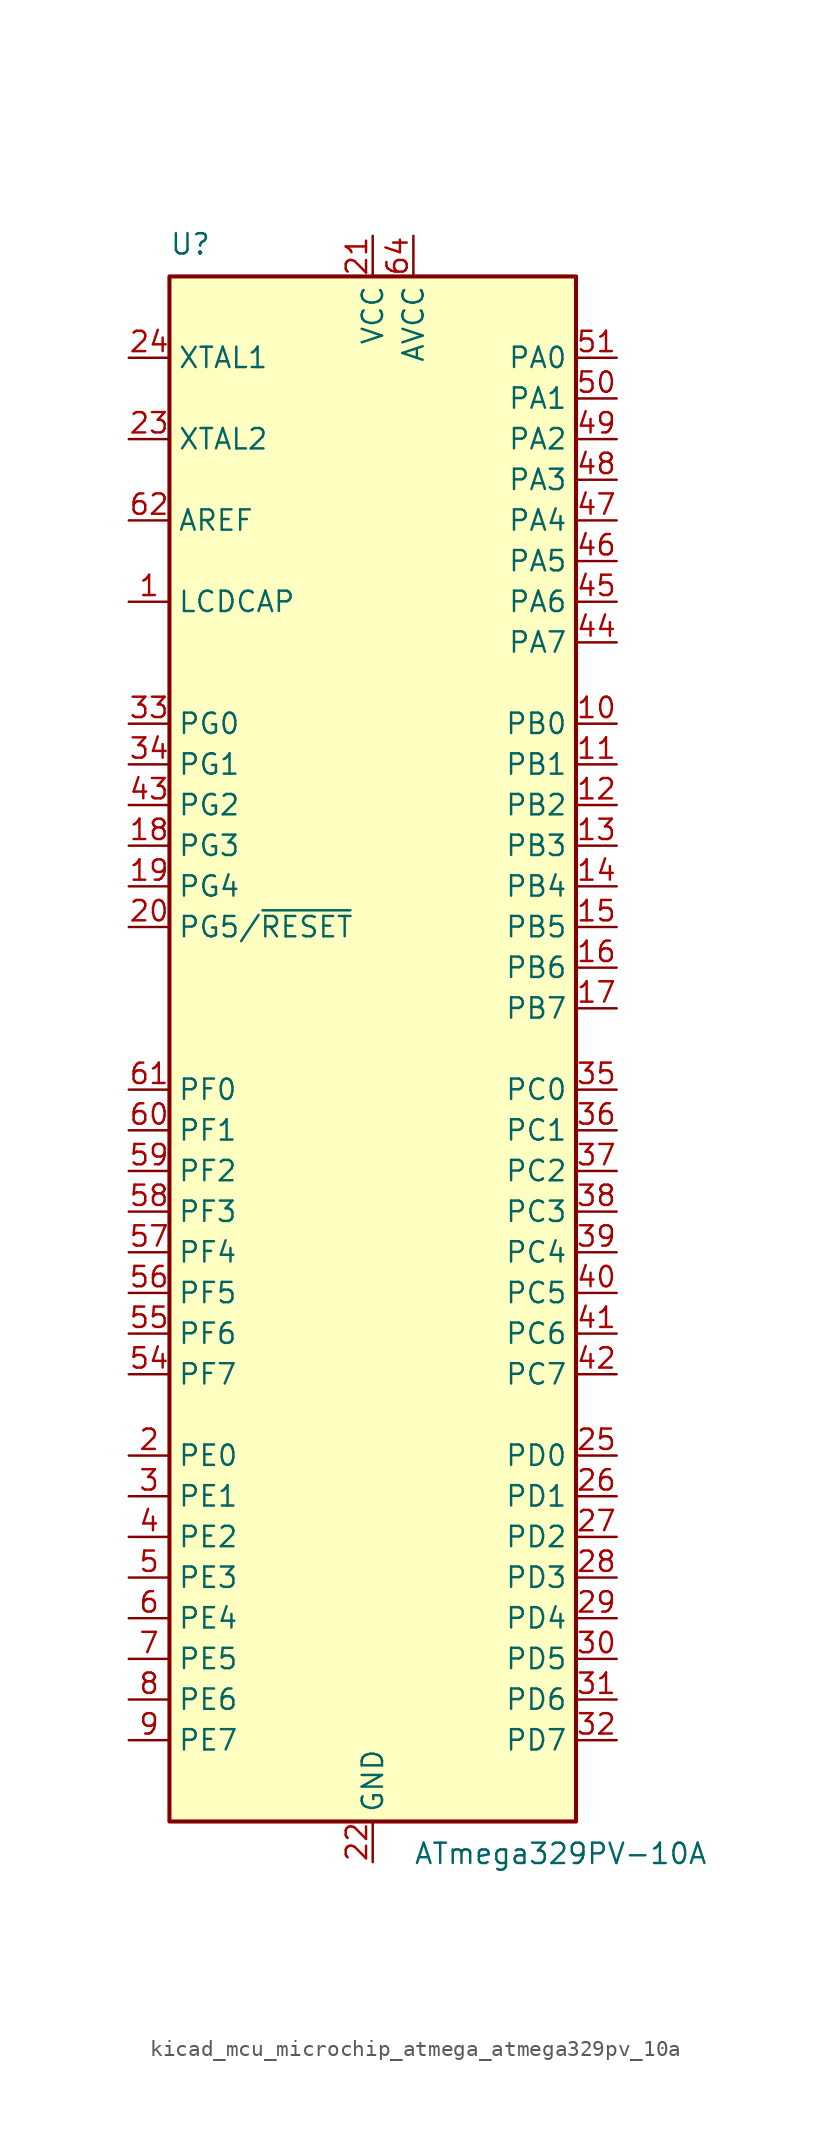
<source format=kicad_sym>
(kicad_symbol_lib
  (version 20220914)
  (generator kicad_symbol_editor)
  (symbol "kicad_mcu_microchip_atmega_atmega329pv_10a"
    (property "Reference" "U"
      (at -12.7 49.53 0)
      (effects (font (size 1.27 1.27)) (justify left bottom)))
    (property "Value" "ATmega329PV-10A"
      (at 2.54 -49.53 0)
      (effects (font (size 1.27 1.27)) (justify left top)))
    (symbol "kicad_mcu_microchip_atmega_atmega329pv_10a_0_1"
      (rectangle (start -12.7 -48.26) (end 12.7 48.26) (stroke (width 0.254) (type default)) (fill (type background))))
    (symbol "kicad_mcu_microchip_atmega_atmega329pv_10a_1_1"
      (pin passive line (at -15.24 27.94 0) (length 2.54) (name "LCDCAP" (effects (font (size 1.27 1.27)))) (number "1" (effects (font (size 1.27 1.27)))))
      (pin bidirectional line (at 15.24 20.32 180) (length 2.54) (name "PB0" (effects (font (size 1.27 1.27)))) (number "10" (effects (font (size 1.27 1.27)))))
      (pin bidirectional line (at 15.24 17.78 180) (length 2.54) (name "PB1" (effects (font (size 1.27 1.27)))) (number "11" (effects (font (size 1.27 1.27)))))
      (pin bidirectional line (at 15.24 15.24 180) (length 2.54) (name "PB2" (effects (font (size 1.27 1.27)))) (number "12" (effects (font (size 1.27 1.27)))))
      (pin bidirectional line (at 15.24 12.7 180) (length 2.54) (name "PB3" (effects (font (size 1.27 1.27)))) (number "13" (effects (font (size 1.27 1.27)))))
      (pin bidirectional line (at 15.24 10.16 180) (length 2.54) (name "PB4" (effects (font (size 1.27 1.27)))) (number "14" (effects (font (size 1.27 1.27)))))
      (pin bidirectional line (at 15.24 7.62 180) (length 2.54) (name "PB5" (effects (font (size 1.27 1.27)))) (number "15" (effects (font (size 1.27 1.27)))))
      (pin bidirectional line (at 15.24 5.08 180) (length 2.54) (name "PB6" (effects (font (size 1.27 1.27)))) (number "16" (effects (font (size 1.27 1.27)))))
      (pin bidirectional line (at 15.24 2.54 180) (length 2.54) (name "PB7" (effects (font (size 1.27 1.27)))) (number "17" (effects (font (size 1.27 1.27)))))
      (pin bidirectional line (at -15.24 12.7 0) (length 2.54) (name "PG3" (effects (font (size 1.27 1.27)))) (number "18" (effects (font (size 1.27 1.27)))))
      (pin bidirectional line (at -15.24 10.16 0) (length 2.54) (name "PG4" (effects (font (size 1.27 1.27)))) (number "19" (effects (font (size 1.27 1.27)))))
      (pin bidirectional line (at -15.24 -25.4 0) (length 2.54) (name "PE0" (effects (font (size 1.27 1.27)))) (number "2" (effects (font (size 1.27 1.27)))))
      (pin bidirectional line (at -15.24 7.62 0) (length 2.54) (name "PG5/~{RESET}" (effects (font (size 1.27 1.27)))) (number "20" (effects (font (size 1.27 1.27)))))
      (pin power_in line (at 0 50.8 270) (length 2.54) (name "VCC" (effects (font (size 1.27 1.27)))) (number "21" (effects (font (size 1.27 1.27)))))
      (pin power_in line (at 0 -50.8 90) (length 2.54) (name "GND" (effects (font (size 1.27 1.27)))) (number "22" (effects (font (size 1.27 1.27)))))
      (pin output line (at -15.24 38.1 0) (length 2.54) (name "XTAL2" (effects (font (size 1.27 1.27)))) (number "23" (effects (font (size 1.27 1.27)))))
      (pin input line (at -15.24 43.18 0) (length 2.54) (name "XTAL1" (effects (font (size 1.27 1.27)))) (number "24" (effects (font (size 1.27 1.27)))))
      (pin bidirectional line (at 15.24 -25.4 180) (length 2.54) (name "PD0" (effects (font (size 1.27 1.27)))) (number "25" (effects (font (size 1.27 1.27)))))
      (pin bidirectional line (at 15.24 -27.94 180) (length 2.54) (name "PD1" (effects (font (size 1.27 1.27)))) (number "26" (effects (font (size 1.27 1.27)))))
      (pin bidirectional line (at 15.24 -30.48 180) (length 2.54) (name "PD2" (effects (font (size 1.27 1.27)))) (number "27" (effects (font (size 1.27 1.27)))))
      (pin bidirectional line (at 15.24 -33.02 180) (length 2.54) (name "PD3" (effects (font (size 1.27 1.27)))) (number "28" (effects (font (size 1.27 1.27)))))
      (pin bidirectional line (at 15.24 -35.56 180) (length 2.54) (name "PD4" (effects (font (size 1.27 1.27)))) (number "29" (effects (font (size 1.27 1.27)))))
      (pin bidirectional line (at -15.24 -27.94 0) (length 2.54) (name "PE1" (effects (font (size 1.27 1.27)))) (number "3" (effects (font (size 1.27 1.27)))))
      (pin bidirectional line (at 15.24 -38.1 180) (length 2.54) (name "PD5" (effects (font (size 1.27 1.27)))) (number "30" (effects (font (size 1.27 1.27)))))
      (pin bidirectional line (at 15.24 -40.64 180) (length 2.54) (name "PD6" (effects (font (size 1.27 1.27)))) (number "31" (effects (font (size 1.27 1.27)))))
      (pin bidirectional line (at 15.24 -43.18 180) (length 2.54) (name "PD7" (effects (font (size 1.27 1.27)))) (number "32" (effects (font (size 1.27 1.27)))))
      (pin bidirectional line (at -15.24 20.32 0) (length 2.54) (name "PG0" (effects (font (size 1.27 1.27)))) (number "33" (effects (font (size 1.27 1.27)))))
      (pin bidirectional line (at -15.24 17.78 0) (length 2.54) (name "PG1" (effects (font (size 1.27 1.27)))) (number "34" (effects (font (size 1.27 1.27)))))
      (pin bidirectional line (at 15.24 -2.54 180) (length 2.54) (name "PC0" (effects (font (size 1.27 1.27)))) (number "35" (effects (font (size 1.27 1.27)))))
      (pin bidirectional line (at 15.24 -5.08 180) (length 2.54) (name "PC1" (effects (font (size 1.27 1.27)))) (number "36" (effects (font (size 1.27 1.27)))))
      (pin bidirectional line (at 15.24 -7.62 180) (length 2.54) (name "PC2" (effects (font (size 1.27 1.27)))) (number "37" (effects (font (size 1.27 1.27)))))
      (pin bidirectional line (at 15.24 -10.16 180) (length 2.54) (name "PC3" (effects (font (size 1.27 1.27)))) (number "38" (effects (font (size 1.27 1.27)))))
      (pin bidirectional line (at 15.24 -12.7 180) (length 2.54) (name "PC4" (effects (font (size 1.27 1.27)))) (number "39" (effects (font (size 1.27 1.27)))))
      (pin bidirectional line (at -15.24 -30.48 0) (length 2.54) (name "PE2" (effects (font (size 1.27 1.27)))) (number "4" (effects (font (size 1.27 1.27)))))
      (pin bidirectional line (at 15.24 -15.24 180) (length 2.54) (name "PC5" (effects (font (size 1.27 1.27)))) (number "40" (effects (font (size 1.27 1.27)))))
      (pin bidirectional line (at 15.24 -17.78 180) (length 2.54) (name "PC6" (effects (font (size 1.27 1.27)))) (number "41" (effects (font (size 1.27 1.27)))))
      (pin bidirectional line (at 15.24 -20.32 180) (length 2.54) (name "PC7" (effects (font (size 1.27 1.27)))) (number "42" (effects (font (size 1.27 1.27)))))
      (pin bidirectional line (at -15.24 15.24 0) (length 2.54) (name "PG2" (effects (font (size 1.27 1.27)))) (number "43" (effects (font (size 1.27 1.27)))))
      (pin bidirectional line (at 15.24 25.4 180) (length 2.54) (name "PA7" (effects (font (size 1.27 1.27)))) (number "44" (effects (font (size 1.27 1.27)))))
      (pin bidirectional line (at 15.24 27.94 180) (length 2.54) (name "PA6" (effects (font (size 1.27 1.27)))) (number "45" (effects (font (size 1.27 1.27)))))
      (pin bidirectional line (at 15.24 30.48 180) (length 2.54) (name "PA5" (effects (font (size 1.27 1.27)))) (number "46" (effects (font (size 1.27 1.27)))))
      (pin bidirectional line (at 15.24 33.02 180) (length 2.54) (name "PA4" (effects (font (size 1.27 1.27)))) (number "47" (effects (font (size 1.27 1.27)))))
      (pin bidirectional line (at 15.24 35.56 180) (length 2.54) (name "PA3" (effects (font (size 1.27 1.27)))) (number "48" (effects (font (size 1.27 1.27)))))
      (pin bidirectional line (at 15.24 38.1 180) (length 2.54) (name "PA2" (effects (font (size 1.27 1.27)))) (number "49" (effects (font (size 1.27 1.27)))))
      (pin bidirectional line (at -15.24 -33.02 0) (length 2.54) (name "PE3" (effects (font (size 1.27 1.27)))) (number "5" (effects (font (size 1.27 1.27)))))
      (pin bidirectional line (at 15.24 40.64 180) (length 2.54) (name "PA1" (effects (font (size 1.27 1.27)))) (number "50" (effects (font (size 1.27 1.27)))))
      (pin bidirectional line (at 15.24 43.18 180) (length 2.54) (name "PA0" (effects (font (size 1.27 1.27)))) (number "51" (effects (font (size 1.27 1.27)))))
      (pin passive line (at 0 50.8 270) (length 2.54) hide (name "VCC" (effects (font (size 1.27 1.27)))) (number "52" (effects (font (size 1.27 1.27)))))
      (pin passive line (at 0 -50.8 90) (length 2.54) hide (name "GND" (effects (font (size 1.27 1.27)))) (number "53" (effects (font (size 1.27 1.27)))))
      (pin bidirectional line (at -15.24 -20.32 0) (length 2.54) (name "PF7" (effects (font (size 1.27 1.27)))) (number "54" (effects (font (size 1.27 1.27)))))
      (pin bidirectional line (at -15.24 -17.78 0) (length 2.54) (name "PF6" (effects (font (size 1.27 1.27)))) (number "55" (effects (font (size 1.27 1.27)))))
      (pin bidirectional line (at -15.24 -15.24 0) (length 2.54) (name "PF5" (effects (font (size 1.27 1.27)))) (number "56" (effects (font (size 1.27 1.27)))))
      (pin bidirectional line (at -15.24 -12.7 0) (length 2.54) (name "PF4" (effects (font (size 1.27 1.27)))) (number "57" (effects (font (size 1.27 1.27)))))
      (pin bidirectional line (at -15.24 -10.16 0) (length 2.54) (name "PF3" (effects (font (size 1.27 1.27)))) (number "58" (effects (font (size 1.27 1.27)))))
      (pin bidirectional line (at -15.24 -7.62 0) (length 2.54) (name "PF2" (effects (font (size 1.27 1.27)))) (number "59" (effects (font (size 1.27 1.27)))))
      (pin bidirectional line (at -15.24 -35.56 0) (length 2.54) (name "PE4" (effects (font (size 1.27 1.27)))) (number "6" (effects (font (size 1.27 1.27)))))
      (pin bidirectional line (at -15.24 -5.08 0) (length 2.54) (name "PF1" (effects (font (size 1.27 1.27)))) (number "60" (effects (font (size 1.27 1.27)))))
      (pin bidirectional line (at -15.24 -2.54 0) (length 2.54) (name "PF0" (effects (font (size 1.27 1.27)))) (number "61" (effects (font (size 1.27 1.27)))))
      (pin passive line (at -15.24 33.02 0) (length 2.54) (name "AREF" (effects (font (size 1.27 1.27)))) (number "62" (effects (font (size 1.27 1.27)))))
      (pin passive line (at 0 -50.8 90) (length 2.54) hide (name "GND" (effects (font (size 1.27 1.27)))) (number "63" (effects (font (size 1.27 1.27)))))
      (pin power_in line (at 2.54 50.8 270) (length 2.54) (name "AVCC" (effects (font (size 1.27 1.27)))) (number "64" (effects (font (size 1.27 1.27)))))
      (pin bidirectional line (at -15.24 -38.1 0) (length 2.54) (name "PE5" (effects (font (size 1.27 1.27)))) (number "7" (effects (font (size 1.27 1.27)))))
      (pin bidirectional line (at -15.24 -40.64 0) (length 2.54) (name "PE6" (effects (font (size 1.27 1.27)))) (number "8" (effects (font (size 1.27 1.27)))))
      (pin bidirectional line (at -15.24 -43.18 0) (length 2.54) (name "PE7" (effects (font (size 1.27 1.27)))) (number "9" (effects (font (size 1.27 1.27))))))))
</source>
